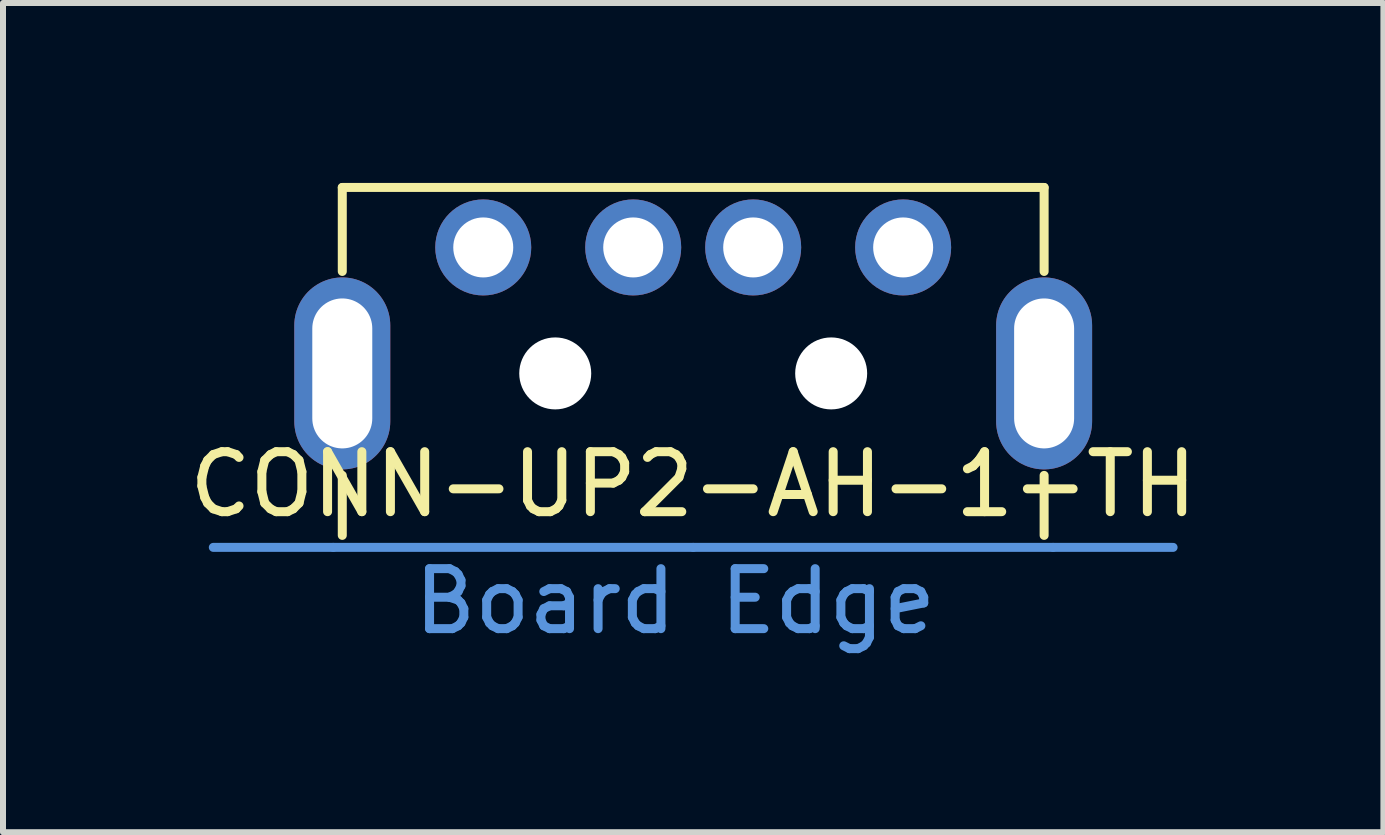
<source format=kicad_pcb>
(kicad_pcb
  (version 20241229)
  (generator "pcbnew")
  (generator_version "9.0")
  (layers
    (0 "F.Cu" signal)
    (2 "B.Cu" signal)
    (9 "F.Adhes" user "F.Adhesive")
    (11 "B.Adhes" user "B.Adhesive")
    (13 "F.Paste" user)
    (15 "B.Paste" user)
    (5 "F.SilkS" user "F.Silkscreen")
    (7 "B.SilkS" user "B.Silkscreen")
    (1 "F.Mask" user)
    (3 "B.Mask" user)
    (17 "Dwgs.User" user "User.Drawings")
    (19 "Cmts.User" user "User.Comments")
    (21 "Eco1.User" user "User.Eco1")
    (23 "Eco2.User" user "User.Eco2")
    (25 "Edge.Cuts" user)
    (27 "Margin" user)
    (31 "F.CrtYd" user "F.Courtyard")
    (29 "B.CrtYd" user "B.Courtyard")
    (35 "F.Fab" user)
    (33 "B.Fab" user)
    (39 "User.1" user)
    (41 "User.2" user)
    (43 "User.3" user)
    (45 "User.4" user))
  (footprint "CONN-UP2-AH-1-TH"
    (layer "F.Cu")
    (at 8.506 1.075)
    (property "Reference" "CONN-UP2-AH-1-TH" (at 0 3.95 0) (layer "F.SilkS") (effects (font (size 1 1) (thickness 0.15))))
    (attr through_hole)
    (fp_line (start -5.85 -1) (end 5.85 -1) (stroke (width 0.15) (type solid)) (layer "F.SilkS"))
    (fp_line (start -5.85 0.4) (end -5.85 -1) (stroke (width 0.15) (type solid)) (layer "F.SilkS"))
    (fp_line (start -5.85 3.8) (end -5.85 4.8) (stroke (width 0.15) (type solid)) (layer "F.SilkS"))
    (fp_line (start 5.85 -1) (end 5.85 0.4) (stroke (width 0.15) (type solid)) (layer "F.SilkS"))
    (fp_line (start 5.85 3.8) (end 5.85 4.8) (stroke (width 0.15) (type solid)) (layer "F.SilkS"))
    (fp_line (start -6 5) (end -8 5) (stroke (width 0.15) (type solid)) (layer "Cmts.User"))
    (fp_line (start 0 5) (end -6 5) (stroke (width 0.15) (type solid)) (layer "Cmts.User"))
    (fp_line (start 0 5) (end 6 5) (stroke (width 0.15) (type solid)) (layer "Cmts.User"))
    (fp_line (start 6 5) (end 8 5) (stroke (width 0.15) (type solid)) (layer "Cmts.User"))
    (fp_text user "Board Edge" (at -0.3 5.9 0) (layer "Cmts.User") (effects (font (size 1 1) (thickness 0.15))))
    (pad "" np_thru_hole circle (at -2.3 2.1) (size 1.2 1.2) (drill 1.2) (layers "*.Cu" "*.Mask"))
    (pad "" np_thru_hole circle (at 2.3 2.1) (size 1.2 1.2) (drill 1.2) (layers "*.Cu" "*.Mask"))
    (pad "1" thru_hole circle (at 3.5 0) (size 1.6 1.6) (drill 1) (layers "*.Cu" "*.Mask"))
    (pad "2" thru_hole circle (at 1 0) (size 1.6 1.6) (drill 1) (layers "*.Cu" "*.Mask"))
    (pad "3" thru_hole circle (at -1 0) (size 1.6 1.6) (drill 1) (layers "*.Cu" "*.Mask"))
    (pad "4" thru_hole circle (at -3.5 0) (size 1.6 1.6) (drill 1) (layers "*.Cu" "*.Mask"))
    (pad "5" thru_hole oval (at -5.85 2.1) (size 1.6 3.2) (drill oval 1 2.5) (layers "*.Cu" "*.Mask"))
    (pad "5" thru_hole oval (at 5.85 2.1) (size 1.6 3.2) (drill oval 1 2.5) (layers "*.Cu" "*.Mask")))
  (gr_rect
    (start -3 -3)
    (end 20.012 10.823)
    (stroke (width 0.1) (type default))
    (fill no)
    (layer "Edge.Cuts")))
</source>
